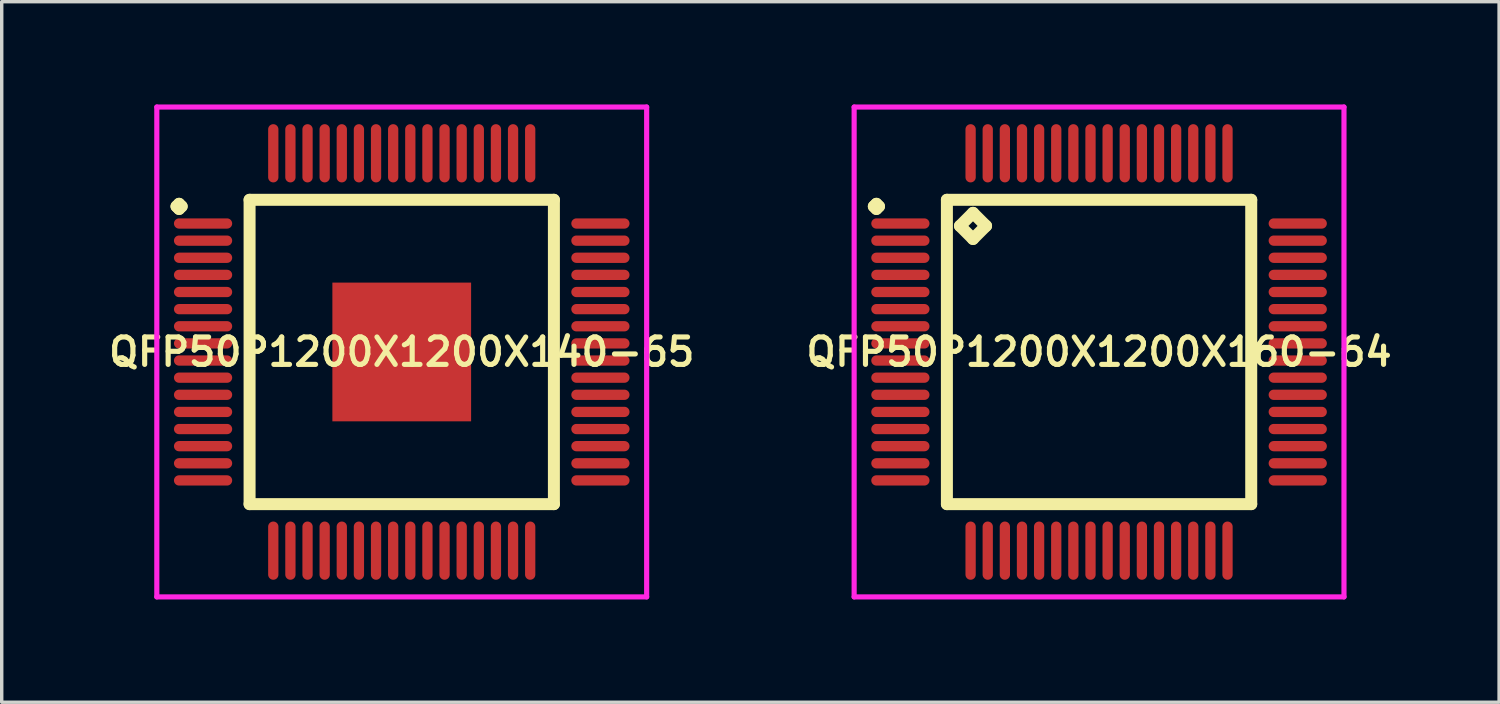
<source format=kicad_pcb>
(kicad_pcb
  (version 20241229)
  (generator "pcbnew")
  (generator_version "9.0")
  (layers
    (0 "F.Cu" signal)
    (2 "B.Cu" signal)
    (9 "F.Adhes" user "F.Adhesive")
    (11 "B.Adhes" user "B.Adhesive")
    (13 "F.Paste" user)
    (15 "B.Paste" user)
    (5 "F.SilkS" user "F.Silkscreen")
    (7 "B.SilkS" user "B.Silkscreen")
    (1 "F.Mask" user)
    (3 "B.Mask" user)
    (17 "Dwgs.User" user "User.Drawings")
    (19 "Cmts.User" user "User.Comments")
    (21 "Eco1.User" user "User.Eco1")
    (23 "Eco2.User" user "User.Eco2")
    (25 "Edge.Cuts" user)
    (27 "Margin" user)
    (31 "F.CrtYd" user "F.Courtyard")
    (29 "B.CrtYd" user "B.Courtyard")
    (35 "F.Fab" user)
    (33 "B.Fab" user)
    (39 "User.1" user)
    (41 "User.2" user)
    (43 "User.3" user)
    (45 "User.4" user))
  (footprint "QFP50P1200X1200X140-65"
    (layer "F.Cu")
    (at 8.678 7.225)
    (property "Reference" "QFP50P1200X1200X140-65" (at 0 0 0) (layer "F.SilkS") (effects (font (size 0.8 0.8) (thickness 0.15))))
    (attr through_hole)
    (fp_line (start -6.575 -4.25) (end -6.5 -4.325) (stroke (width 0.35) (type solid)) (layer "F.SilkS"))
    (fp_line (start -6.5 -4.325) (end -6.425 -4.25) (stroke (width 0.35) (type solid)) (layer "F.SilkS"))
    (fp_line (start -6.5 -4.175) (end -6.575 -4.25) (stroke (width 0.35) (type solid)) (layer "F.SilkS"))
    (fp_line (start -6.425 -4.25) (end -6.5 -4.175) (stroke (width 0.35) (type solid)) (layer "F.SilkS"))
    (fp_line (start -4.442 -4.442) (end -4.442 4.442) (stroke (width 0.35) (type solid)) (layer "F.SilkS"))
    (fp_line (start -4.442 4.442) (end 4.442 4.442) (stroke (width 0.35) (type solid)) (layer "F.SilkS"))
    (fp_line (start 4.442 -4.442) (end -4.442 -4.442) (stroke (width 0.35) (type solid)) (layer "F.SilkS"))
    (fp_line (start 4.442 4.442) (end 4.442 -4.442) (stroke (width 0.35) (type solid)) (layer "F.SilkS"))
    (fp_line (start -7.15 -7.15) (end 7.15 -7.15) (stroke (width 0.15) (type solid)) (layer "F.CrtYd"))
    (fp_line (start -7.15 7.15) (end -7.15 -7.15) (stroke (width 0.15) (type solid)) (layer "F.CrtYd"))
    (fp_line (start 7.15 -7.15) (end 7.15 7.15) (stroke (width 0.15) (type solid)) (layer "F.CrtYd"))
    (fp_line (start 7.15 7.15) (end -7.15 7.15) (stroke (width 0.15) (type solid)) (layer "F.CrtYd"))
    (pad "1" smd oval (at -5.8 -3.75) (size 1.7 0.3) (layers "F.Cu" "F.Mask" "F.Paste"))
    (pad "2" smd oval (at -5.8 -3.25) (size 1.7 0.3) (layers "F.Cu" "F.Mask" "F.Paste"))
    (pad "3" smd oval (at -5.8 -2.75) (size 1.7 0.3) (layers "F.Cu" "F.Mask" "F.Paste"))
    (pad "4" smd oval (at -5.8 -2.25) (size 1.7 0.3) (layers "F.Cu" "F.Mask" "F.Paste"))
    (pad "5" smd oval (at -5.8 -1.75) (size 1.7 0.3) (layers "F.Cu" "F.Mask" "F.Paste"))
    (pad "6" smd oval (at -5.8 -1.25) (size 1.7 0.3) (layers "F.Cu" "F.Mask" "F.Paste"))
    (pad "7" smd oval (at -5.8 -0.75) (size 1.7 0.3) (layers "F.Cu" "F.Mask" "F.Paste"))
    (pad "8" smd oval (at -5.8 -0.25) (size 1.7 0.3) (layers "F.Cu" "F.Mask" "F.Paste"))
    (pad "9" smd oval (at -5.8 0.25) (size 1.7 0.3) (layers "F.Cu" "F.Mask" "F.Paste"))
    (pad "10" smd oval (at -5.8 0.75) (size 1.7 0.3) (layers "F.Cu" "F.Mask" "F.Paste"))
    (pad "11" smd oval (at -5.8 1.25) (size 1.7 0.3) (layers "F.Cu" "F.Mask" "F.Paste"))
    (pad "12" smd oval (at -5.8 1.75) (size 1.7 0.3) (layers "F.Cu" "F.Mask" "F.Paste"))
    (pad "13" smd oval (at -5.8 2.25) (size 1.7 0.3) (layers "F.Cu" "F.Mask" "F.Paste"))
    (pad "14" smd oval (at -5.8 2.75) (size 1.7 0.3) (layers "F.Cu" "F.Mask" "F.Paste"))
    (pad "15" smd oval (at -5.8 3.25) (size 1.7 0.3) (layers "F.Cu" "F.Mask" "F.Paste"))
    (pad "16" smd oval (at -5.8 3.75) (size 1.7 0.3) (layers "F.Cu" "F.Mask" "F.Paste"))
    (pad "17" smd oval (at -3.75 5.8) (size 0.3 1.7) (layers "F.Cu" "F.Mask" "F.Paste"))
    (pad "18" smd oval (at -3.25 5.8) (size 0.3 1.7) (layers "F.Cu" "F.Mask" "F.Paste"))
    (pad "19" smd oval (at -2.75 5.8) (size 0.3 1.7) (layers "F.Cu" "F.Mask" "F.Paste"))
    (pad "20" smd oval (at -2.25 5.8) (size 0.3 1.7) (layers "F.Cu" "F.Mask" "F.Paste"))
    (pad "21" smd oval (at -1.75 5.8) (size 0.3 1.7) (layers "F.Cu" "F.Mask" "F.Paste"))
    (pad "22" smd oval (at -1.25 5.8) (size 0.3 1.7) (layers "F.Cu" "F.Mask" "F.Paste"))
    (pad "23" smd oval (at -0.75 5.8) (size 0.3 1.7) (layers "F.Cu" "F.Mask" "F.Paste"))
    (pad "24" smd oval (at -0.25 5.8) (size 0.3 1.7) (layers "F.Cu" "F.Mask" "F.Paste"))
    (pad "25" smd oval (at 0.25 5.8) (size 0.3 1.7) (layers "F.Cu" "F.Mask" "F.Paste"))
    (pad "26" smd oval (at 0.75 5.8) (size 0.3 1.7) (layers "F.Cu" "F.Mask" "F.Paste"))
    (pad "27" smd oval (at 1.25 5.8) (size 0.3 1.7) (layers "F.Cu" "F.Mask" "F.Paste"))
    (pad "28" smd oval (at 1.75 5.8) (size 0.3 1.7) (layers "F.Cu" "F.Mask" "F.Paste"))
    (pad "29" smd oval (at 2.25 5.8) (size 0.3 1.7) (layers "F.Cu" "F.Mask" "F.Paste"))
    (pad "30" smd oval (at 2.75 5.8) (size 0.3 1.7) (layers "F.Cu" "F.Mask" "F.Paste"))
    (pad "31" smd oval (at 3.25 5.8) (size 0.3 1.7) (layers "F.Cu" "F.Mask" "F.Paste"))
    (pad "32" smd oval (at 3.75 5.8) (size 0.3 1.7) (layers "F.Cu" "F.Mask" "F.Paste"))
    (pad "33" smd oval (at 5.8 3.75) (size 1.7 0.3) (layers "F.Cu" "F.Mask" "F.Paste"))
    (pad "34" smd oval (at 5.8 3.25) (size 1.7 0.3) (layers "F.Cu" "F.Mask" "F.Paste"))
    (pad "35" smd oval (at 5.8 2.75) (size 1.7 0.3) (layers "F.Cu" "F.Mask" "F.Paste"))
    (pad "36" smd oval (at 5.8 2.25) (size 1.7 0.3) (layers "F.Cu" "F.Mask" "F.Paste"))
    (pad "37" smd oval (at 5.8 1.75) (size 1.7 0.3) (layers "F.Cu" "F.Mask" "F.Paste"))
    (pad "38" smd oval (at 5.8 1.25) (size 1.7 0.3) (layers "F.Cu" "F.Mask" "F.Paste"))
    (pad "39" smd oval (at 5.8 0.75) (size 1.7 0.3) (layers "F.Cu" "F.Mask" "F.Paste"))
    (pad "40" smd oval (at 5.8 0.25) (size 1.7 0.3) (layers "F.Cu" "F.Mask" "F.Paste"))
    (pad "41" smd oval (at 5.8 -0.25) (size 1.7 0.3) (layers "F.Cu" "F.Mask" "F.Paste"))
    (pad "42" smd oval (at 5.8 -0.75) (size 1.7 0.3) (layers "F.Cu" "F.Mask" "F.Paste"))
    (pad "43" smd oval (at 5.8 -1.25) (size 1.7 0.3) (layers "F.Cu" "F.Mask" "F.Paste"))
    (pad "44" smd oval (at 5.8 -1.75) (size 1.7 0.3) (layers "F.Cu" "F.Mask" "F.Paste"))
    (pad "45" smd oval (at 5.8 -2.25) (size 1.7 0.3) (layers "F.Cu" "F.Mask" "F.Paste"))
    (pad "46" smd oval (at 5.8 -2.75) (size 1.7 0.3) (layers "F.Cu" "F.Mask" "F.Paste"))
    (pad "47" smd oval (at 5.8 -3.25) (size 1.7 0.3) (layers "F.Cu" "F.Mask" "F.Paste"))
    (pad "48" smd oval (at 5.8 -3.75) (size 1.7 0.3) (layers "F.Cu" "F.Mask" "F.Paste"))
    (pad "49" smd oval (at 3.75 -5.8) (size 0.3 1.7) (layers "F.Cu" "F.Mask" "F.Paste"))
    (pad "50" smd oval (at 3.25 -5.8) (size 0.3 1.7) (layers "F.Cu" "F.Mask" "F.Paste"))
    (pad "51" smd oval (at 2.75 -5.8) (size 0.3 1.7) (layers "F.Cu" "F.Mask" "F.Paste"))
    (pad "52" smd oval (at 2.25 -5.8) (size 0.3 1.7) (layers "F.Cu" "F.Mask" "F.Paste"))
    (pad "53" smd oval (at 1.75 -5.8) (size 0.3 1.7) (layers "F.Cu" "F.Mask" "F.Paste"))
    (pad "54" smd oval (at 1.25 -5.8) (size 0.3 1.7) (layers "F.Cu" "F.Mask" "F.Paste"))
    (pad "55" smd oval (at 0.75 -5.8) (size 0.3 1.7) (layers "F.Cu" "F.Mask" "F.Paste"))
    (pad "56" smd oval (at 0.25 -5.8) (size 0.3 1.7) (layers "F.Cu" "F.Mask" "F.Paste"))
    (pad "57" smd oval (at -0.25 -5.8) (size 0.3 1.7) (layers "F.Cu" "F.Mask" "F.Paste"))
    (pad "58" smd oval (at -0.75 -5.8) (size 0.3 1.7) (layers "F.Cu" "F.Mask" "F.Paste"))
    (pad "59" smd oval (at -1.25 -5.8) (size 0.3 1.7) (layers "F.Cu" "F.Mask" "F.Paste"))
    (pad "60" smd oval (at -1.75 -5.8) (size 0.3 1.7) (layers "F.Cu" "F.Mask" "F.Paste"))
    (pad "61" smd oval (at -2.25 -5.8) (size 0.3 1.7) (layers "F.Cu" "F.Mask" "F.Paste"))
    (pad "62" smd oval (at -2.75 -5.8) (size 0.3 1.7) (layers "F.Cu" "F.Mask" "F.Paste"))
    (pad "63" smd oval (at -3.25 -5.8) (size 0.3 1.7) (layers "F.Cu" "F.Mask" "F.Paste"))
    (pad "64" smd oval (at -3.75 -5.8) (size 0.3 1.7) (layers "F.Cu" "F.Mask" "F.Paste"))
    (pad "65" smd rect (at 0 0) (size 4.05 4.05) (layers "F.Cu" "F.Mask" "F.Paste")))
  (footprint "QFP50P1200X1200X160-64"
    (layer "F.Cu")
    (at 29.035 7.225)
    (property "Reference" "QFP50P1200X1200X160-64" (at 0 0 0) (layer "F.SilkS") (effects (font (size 0.8 0.8) (thickness 0.15))))
    (attr smd)
    (fp_line (start -6.575 -4.25) (end -6.5 -4.325) (stroke (width 0.35) (type solid)) (layer "F.SilkS"))
    (fp_line (start -6.5 -4.325) (end -6.425 -4.25) (stroke (width 0.35) (type solid)) (layer "F.SilkS"))
    (fp_line (start -6.5 -4.175) (end -6.575 -4.25) (stroke (width 0.35) (type solid)) (layer "F.SilkS"))
    (fp_line (start -6.425 -4.25) (end -6.5 -4.175) (stroke (width 0.35) (type solid)) (layer "F.SilkS"))
    (fp_line (start -4.442 -4.442) (end -4.442 4.442) (stroke (width 0.35) (type solid)) (layer "F.SilkS"))
    (fp_line (start -4.442 4.442) (end 4.442 4.442) (stroke (width 0.35) (type solid)) (layer "F.SilkS"))
    (fp_line (start -4.061 -3.68) (end -3.68 -4.061) (stroke (width 0.35) (type solid)) (layer "F.SilkS"))
    (fp_line (start -3.68 -4.061) (end -3.299 -3.68) (stroke (width 0.35) (type solid)) (layer "F.SilkS"))
    (fp_line (start -3.68 -3.299) (end -4.061 -3.68) (stroke (width 0.35) (type solid)) (layer "F.SilkS"))
    (fp_line (start -3.299 -3.68) (end -3.68 -3.299) (stroke (width 0.35) (type solid)) (layer "F.SilkS"))
    (fp_line (start 4.442 -4.442) (end -4.442 -4.442) (stroke (width 0.35) (type solid)) (layer "F.SilkS"))
    (fp_line (start 4.442 4.442) (end 4.442 -4.442) (stroke (width 0.35) (type solid)) (layer "F.SilkS"))
    (fp_line (start -7.15 -7.15) (end 7.15 -7.15) (stroke (width 0.15) (type solid)) (layer "F.CrtYd"))
    (fp_line (start -7.15 7.15) (end -7.15 -7.15) (stroke (width 0.15) (type solid)) (layer "F.CrtYd"))
    (fp_line (start 7.15 -7.15) (end 7.15 7.15) (stroke (width 0.15) (type solid)) (layer "F.CrtYd"))
    (fp_line (start 7.15 7.15) (end -7.15 7.15) (stroke (width 0.15) (type solid)) (layer "F.CrtYd"))
    (pad "1" smd oval (at -5.8 -3.75) (size 1.7 0.3) (layers "F.Cu" "F.Mask" "F.Paste"))
    (pad "2" smd oval (at -5.8 -3.25) (size 1.7 0.3) (layers "F.Cu" "F.Mask" "F.Paste"))
    (pad "3" smd oval (at -5.8 -2.75) (size 1.7 0.3) (layers "F.Cu" "F.Mask" "F.Paste"))
    (pad "4" smd oval (at -5.8 -2.25) (size 1.7 0.3) (layers "F.Cu" "F.Mask" "F.Paste"))
    (pad "5" smd oval (at -5.8 -1.75) (size 1.7 0.3) (layers "F.Cu" "F.Mask" "F.Paste"))
    (pad "6" smd oval (at -5.8 -1.25) (size 1.7 0.3) (layers "F.Cu" "F.Mask" "F.Paste"))
    (pad "7" smd oval (at -5.8 -0.75) (size 1.7 0.3) (layers "F.Cu" "F.Mask" "F.Paste"))
    (pad "8" smd oval (at -5.8 -0.25) (size 1.7 0.3) (layers "F.Cu" "F.Mask" "F.Paste"))
    (pad "9" smd oval (at -5.8 0.25) (size 1.7 0.3) (layers "F.Cu" "F.Mask" "F.Paste"))
    (pad "10" smd oval (at -5.8 0.75) (size 1.7 0.3) (layers "F.Cu" "F.Mask" "F.Paste"))
    (pad "11" smd oval (at -5.8 1.25) (size 1.7 0.3) (layers "F.Cu" "F.Mask" "F.Paste"))
    (pad "12" smd oval (at -5.8 1.75) (size 1.7 0.3) (layers "F.Cu" "F.Mask" "F.Paste"))
    (pad "13" smd oval (at -5.8 2.25) (size 1.7 0.3) (layers "F.Cu" "F.Mask" "F.Paste"))
    (pad "14" smd oval (at -5.8 2.75) (size 1.7 0.3) (layers "F.Cu" "F.Mask" "F.Paste"))
    (pad "15" smd oval (at -5.8 3.25) (size 1.7 0.3) (layers "F.Cu" "F.Mask" "F.Paste"))
    (pad "16" smd oval (at -5.8 3.75) (size 1.7 0.3) (layers "F.Cu" "F.Mask" "F.Paste"))
    (pad "17" smd oval (at -3.75 5.8) (size 0.3 1.7) (layers "F.Cu" "F.Mask" "F.Paste"))
    (pad "18" smd oval (at -3.25 5.8) (size 0.3 1.7) (layers "F.Cu" "F.Mask" "F.Paste"))
    (pad "19" smd oval (at -2.75 5.8) (size 0.3 1.7) (layers "F.Cu" "F.Mask" "F.Paste"))
    (pad "20" smd oval (at -2.25 5.8) (size 0.3 1.7) (layers "F.Cu" "F.Mask" "F.Paste"))
    (pad "21" smd oval (at -1.75 5.8) (size 0.3 1.7) (layers "F.Cu" "F.Mask" "F.Paste"))
    (pad "22" smd oval (at -1.25 5.8) (size 0.3 1.7) (layers "F.Cu" "F.Mask" "F.Paste"))
    (pad "23" smd oval (at -0.75 5.8) (size 0.3 1.7) (layers "F.Cu" "F.Mask" "F.Paste"))
    (pad "24" smd oval (at -0.25 5.8) (size 0.3 1.7) (layers "F.Cu" "F.Mask" "F.Paste"))
    (pad "25" smd oval (at 0.25 5.8) (size 0.3 1.7) (layers "F.Cu" "F.Mask" "F.Paste"))
    (pad "26" smd oval (at 0.75 5.8) (size 0.3 1.7) (layers "F.Cu" "F.Mask" "F.Paste"))
    (pad "27" smd oval (at 1.25 5.8) (size 0.3 1.7) (layers "F.Cu" "F.Mask" "F.Paste"))
    (pad "28" smd oval (at 1.75 5.8) (size 0.3 1.7) (layers "F.Cu" "F.Mask" "F.Paste"))
    (pad "29" smd oval (at 2.25 5.8) (size 0.3 1.7) (layers "F.Cu" "F.Mask" "F.Paste"))
    (pad "30" smd oval (at 2.75 5.8) (size 0.3 1.7) (layers "F.Cu" "F.Mask" "F.Paste"))
    (pad "31" smd oval (at 3.25 5.8) (size 0.3 1.7) (layers "F.Cu" "F.Mask" "F.Paste"))
    (pad "32" smd oval (at 3.75 5.8) (size 0.3 1.7) (layers "F.Cu" "F.Mask" "F.Paste"))
    (pad "33" smd oval (at 5.8 3.75) (size 1.7 0.3) (layers "F.Cu" "F.Mask" "F.Paste"))
    (pad "34" smd oval (at 5.8 3.25) (size 1.7 0.3) (layers "F.Cu" "F.Mask" "F.Paste"))
    (pad "35" smd oval (at 5.8 2.75) (size 1.7 0.3) (layers "F.Cu" "F.Mask" "F.Paste"))
    (pad "36" smd oval (at 5.8 2.25) (size 1.7 0.3) (layers "F.Cu" "F.Mask" "F.Paste"))
    (pad "37" smd oval (at 5.8 1.75) (size 1.7 0.3) (layers "F.Cu" "F.Mask" "F.Paste"))
    (pad "38" smd oval (at 5.8 1.25) (size 1.7 0.3) (layers "F.Cu" "F.Mask" "F.Paste"))
    (pad "39" smd oval (at 5.8 0.75) (size 1.7 0.3) (layers "F.Cu" "F.Mask" "F.Paste"))
    (pad "40" smd oval (at 5.8 0.25) (size 1.7 0.3) (layers "F.Cu" "F.Mask" "F.Paste"))
    (pad "41" smd oval (at 5.8 -0.25) (size 1.7 0.3) (layers "F.Cu" "F.Mask" "F.Paste"))
    (pad "42" smd oval (at 5.8 -0.75) (size 1.7 0.3) (layers "F.Cu" "F.Mask" "F.Paste"))
    (pad "43" smd oval (at 5.8 -1.25) (size 1.7 0.3) (layers "F.Cu" "F.Mask" "F.Paste"))
    (pad "44" smd oval (at 5.8 -1.75) (size 1.7 0.3) (layers "F.Cu" "F.Mask" "F.Paste"))
    (pad "45" smd oval (at 5.8 -2.25) (size 1.7 0.3) (layers "F.Cu" "F.Mask" "F.Paste"))
    (pad "46" smd oval (at 5.8 -2.75) (size 1.7 0.3) (layers "F.Cu" "F.Mask" "F.Paste"))
    (pad "47" smd oval (at 5.8 -3.25) (size 1.7 0.3) (layers "F.Cu" "F.Mask" "F.Paste"))
    (pad "48" smd oval (at 5.8 -3.75) (size 1.7 0.3) (layers "F.Cu" "F.Mask" "F.Paste"))
    (pad "49" smd oval (at 3.75 -5.8) (size 0.3 1.7) (layers "F.Cu" "F.Mask" "F.Paste"))
    (pad "50" smd oval (at 3.25 -5.8) (size 0.3 1.7) (layers "F.Cu" "F.Mask" "F.Paste"))
    (pad "51" smd oval (at 2.75 -5.8) (size 0.3 1.7) (layers "F.Cu" "F.Mask" "F.Paste"))
    (pad "52" smd oval (at 2.25 -5.8) (size 0.3 1.7) (layers "F.Cu" "F.Mask" "F.Paste"))
    (pad "53" smd oval (at 1.75 -5.8) (size 0.3 1.7) (layers "F.Cu" "F.Mask" "F.Paste"))
    (pad "54" smd oval (at 1.25 -5.8) (size 0.3 1.7) (layers "F.Cu" "F.Mask" "F.Paste"))
    (pad "55" smd oval (at 0.75 -5.8) (size 0.3 1.7) (layers "F.Cu" "F.Mask" "F.Paste"))
    (pad "56" smd oval (at 0.25 -5.8) (size 0.3 1.7) (layers "F.Cu" "F.Mask" "F.Paste"))
    (pad "57" smd oval (at -0.25 -5.8) (size 0.3 1.7) (layers "F.Cu" "F.Mask" "F.Paste"))
    (pad "58" smd oval (at -0.75 -5.8) (size 0.3 1.7) (layers "F.Cu" "F.Mask" "F.Paste"))
    (pad "59" smd oval (at -1.25 -5.8) (size 0.3 1.7) (layers "F.Cu" "F.Mask" "F.Paste"))
    (pad "60" smd oval (at -1.75 -5.8) (size 0.3 1.7) (layers "F.Cu" "F.Mask" "F.Paste"))
    (pad "61" smd oval (at -2.25 -5.8) (size 0.3 1.7) (layers "F.Cu" "F.Mask" "F.Paste"))
    (pad "62" smd oval (at -2.75 -5.8) (size 0.3 1.7) (layers "F.Cu" "F.Mask" "F.Paste"))
    (pad "63" smd oval (at -3.25 -5.8) (size 0.3 1.7) (layers "F.Cu" "F.Mask" "F.Paste"))
    (pad "64" smd oval (at -3.75 -5.8) (size 0.3 1.7) (layers "F.Cu" "F.Mask" "F.Paste")))
  (gr_rect
    (start -3 -3)
    (end 40.713 17.45)
    (stroke (width 0.1) (type default))
    (fill no)
    (layer "Edge.Cuts")))
</source>
